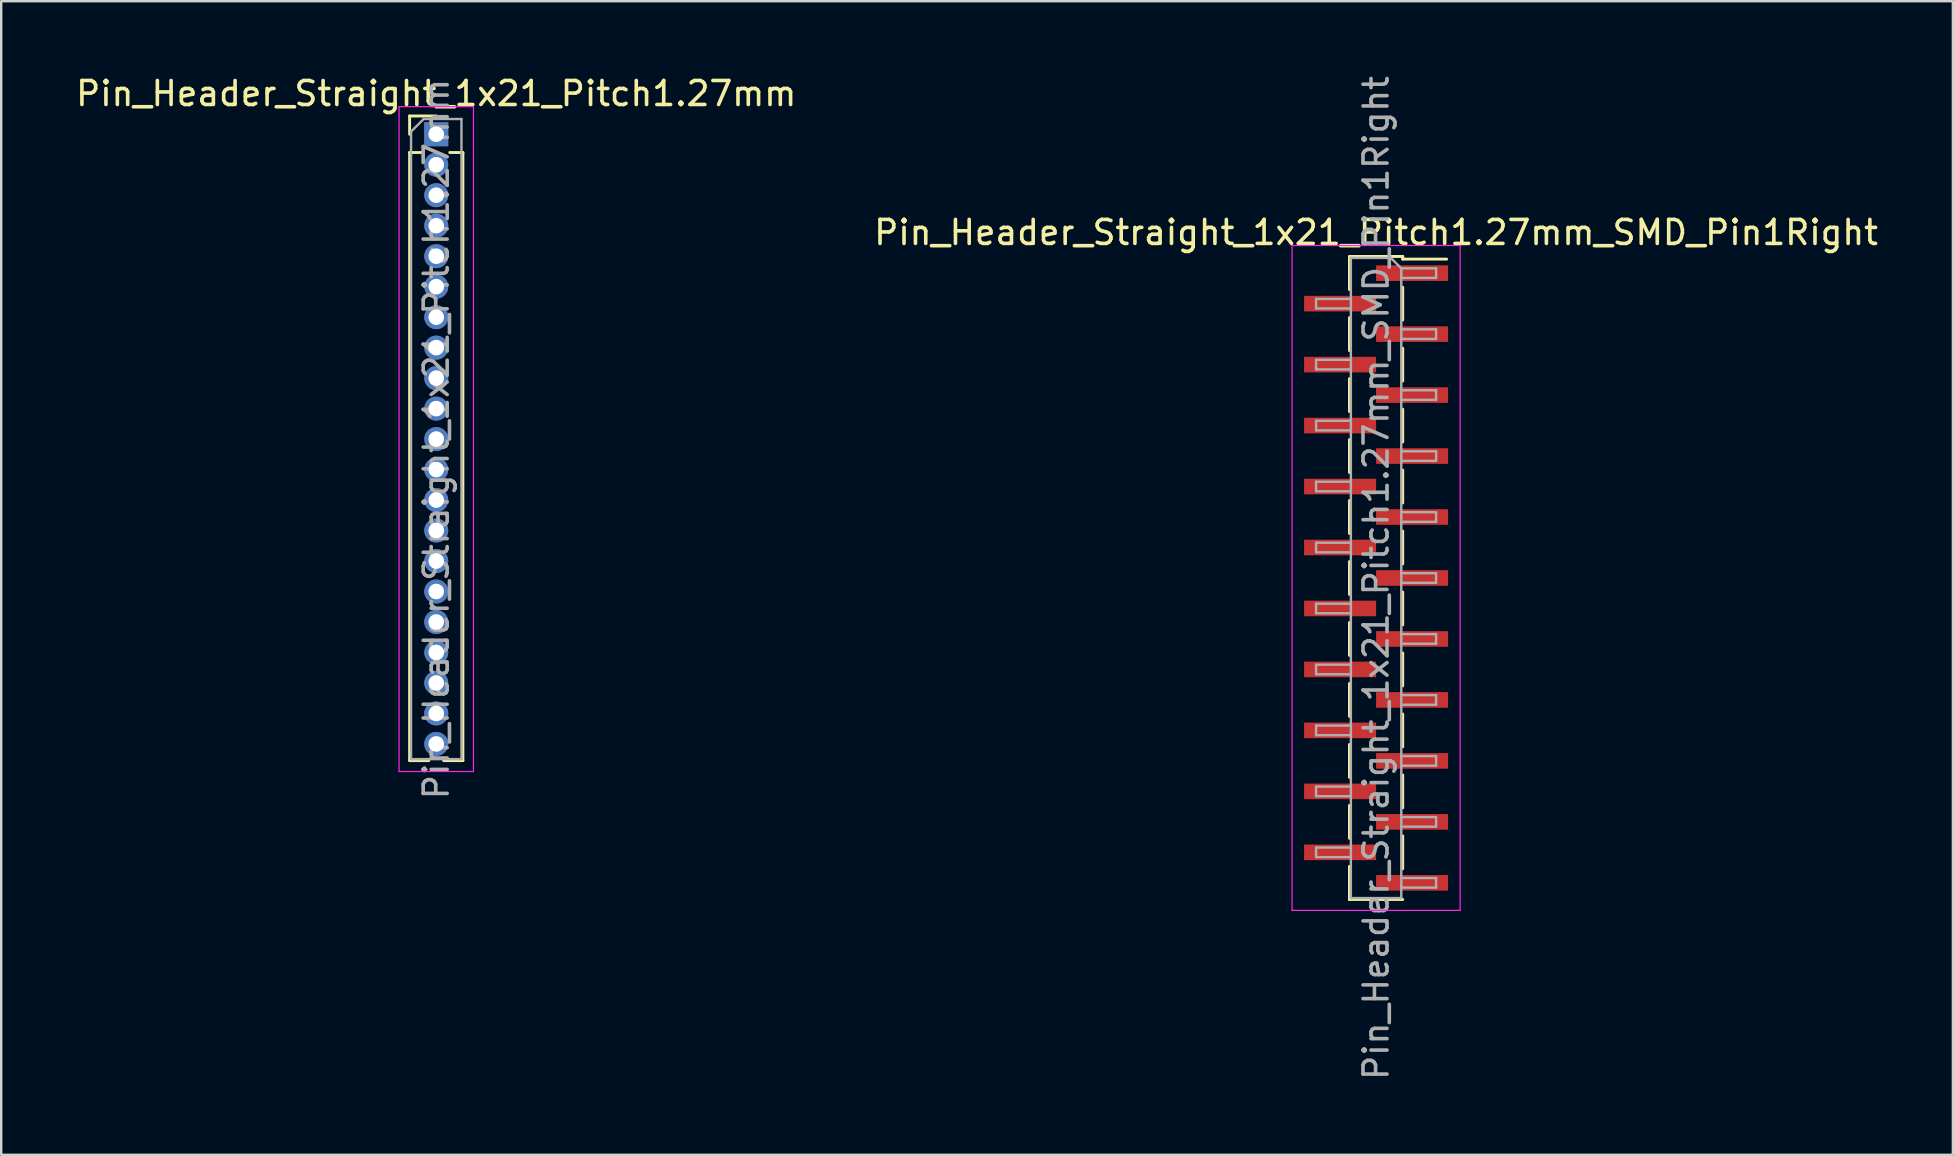
<source format=kicad_pcb>
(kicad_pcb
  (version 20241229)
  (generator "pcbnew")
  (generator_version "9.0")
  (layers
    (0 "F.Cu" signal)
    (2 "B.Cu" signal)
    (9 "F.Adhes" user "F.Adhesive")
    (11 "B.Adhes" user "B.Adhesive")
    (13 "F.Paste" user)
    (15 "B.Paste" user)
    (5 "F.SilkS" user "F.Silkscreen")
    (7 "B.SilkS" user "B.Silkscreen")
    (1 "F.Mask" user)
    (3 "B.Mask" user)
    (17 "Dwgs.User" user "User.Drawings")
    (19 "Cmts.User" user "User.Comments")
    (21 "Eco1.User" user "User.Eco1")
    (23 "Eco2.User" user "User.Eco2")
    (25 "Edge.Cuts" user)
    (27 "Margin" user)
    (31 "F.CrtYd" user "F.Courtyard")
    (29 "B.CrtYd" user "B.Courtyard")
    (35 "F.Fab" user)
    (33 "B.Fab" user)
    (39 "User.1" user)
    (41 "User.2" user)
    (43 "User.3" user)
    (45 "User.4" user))
  (footprint "Pin_Header_Straight_1x21_Pitch1.27mm"
    (layer "F.Cu")
    (at 15.125 2.543)
    (property "Reference" "Pin_Header_Straight_1x21_Pitch1.27mm" (at 0 -1.695 0) (layer "F.SilkS") (effects (font (size 1 1) (thickness 0.15))))
    (attr through_hole)
    (fp_line (start -1.11 -0.76) (end 0 -0.76) (stroke (width 0.12) (type solid)) (layer "F.SilkS"))
    (fp_line (start -1.11 0) (end -1.11 -0.76) (stroke (width 0.12) (type solid)) (layer "F.SilkS"))
    (fp_line (start -1.11 0.76) (end -1.11 26.095) (stroke (width 0.12) (type solid)) (layer "F.SilkS"))
    (fp_line (start -1.11 0.76) (end -0.563 0.76) (stroke (width 0.12) (type solid)) (layer "F.SilkS"))
    (fp_line (start -1.11 26.095) (end -0.308 26.095) (stroke (width 0.12) (type solid)) (layer "F.SilkS"))
    (fp_line (start 0.308 26.095) (end 1.11 26.095) (stroke (width 0.12) (type solid)) (layer "F.SilkS"))
    (fp_line (start 0.563 0.76) (end 1.11 0.76) (stroke (width 0.12) (type solid)) (layer "F.SilkS"))
    (fp_line (start 1.11 0.76) (end 1.11 26.095) (stroke (width 0.12) (type solid)) (layer "F.SilkS"))
    (fp_line (start -1.55 -1.15) (end -1.55 26.55) (stroke (width 0.05) (type solid)) (layer "F.CrtYd"))
    (fp_line (start -1.55 26.55) (end 1.55 26.55) (stroke (width 0.05) (type solid)) (layer "F.CrtYd"))
    (fp_line (start 1.55 -1.15) (end -1.55 -1.15) (stroke (width 0.05) (type solid)) (layer "F.CrtYd"))
    (fp_line (start 1.55 26.55) (end 1.55 -1.15) (stroke (width 0.05) (type solid)) (layer "F.CrtYd"))
    (fp_line (start -1.05 -0.11) (end -0.525 -0.635) (stroke (width 0.1) (type solid)) (layer "F.Fab"))
    (fp_line (start -1.05 26.035) (end -1.05 -0.11) (stroke (width 0.1) (type solid)) (layer "F.Fab"))
    (fp_line (start -0.525 -0.635) (end 1.05 -0.635) (stroke (width 0.1) (type solid)) (layer "F.Fab"))
    (fp_line (start 1.05 -0.635) (end 1.05 26.035) (stroke (width 0.1) (type solid)) (layer "F.Fab"))
    (fp_line (start 1.05 26.035) (end -1.05 26.035) (stroke (width 0.1) (type solid)) (layer "F.Fab"))
    (fp_text user "${REFERENCE}" (at 0 12.7 90) (layer "F.Fab") (effects (font (size 1 1) (thickness 0.15))))
    (pad "1" thru_hole rect (at 0 0) (size 1 1) (drill 0.65) (layers "*.Cu" "*.Mask"))
    (pad "2" thru_hole oval (at 0 1.27) (size 1 1) (drill 0.65) (layers "*.Cu" "*.Mask"))
    (pad "3" thru_hole oval (at 0 2.54) (size 1 1) (drill 0.65) (layers "*.Cu" "*.Mask"))
    (pad "4" thru_hole oval (at 0 3.81) (size 1 1) (drill 0.65) (layers "*.Cu" "*.Mask"))
    (pad "5" thru_hole oval (at 0 5.08) (size 1 1) (drill 0.65) (layers "*.Cu" "*.Mask"))
    (pad "6" thru_hole oval (at 0 6.35) (size 1 1) (drill 0.65) (layers "*.Cu" "*.Mask"))
    (pad "7" thru_hole oval (at 0 7.62) (size 1 1) (drill 0.65) (layers "*.Cu" "*.Mask"))
    (pad "8" thru_hole oval (at 0 8.89) (size 1 1) (drill 0.65) (layers "*.Cu" "*.Mask"))
    (pad "9" thru_hole oval (at 0 10.16) (size 1 1) (drill 0.65) (layers "*.Cu" "*.Mask"))
    (pad "10" thru_hole oval (at 0 11.43) (size 1 1) (drill 0.65) (layers "*.Cu" "*.Mask"))
    (pad "11" thru_hole oval (at 0 12.7) (size 1 1) (drill 0.65) (layers "*.Cu" "*.Mask"))
    (pad "12" thru_hole oval (at 0 13.97) (size 1 1) (drill 0.65) (layers "*.Cu" "*.Mask"))
    (pad "13" thru_hole oval (at 0 15.24) (size 1 1) (drill 0.65) (layers "*.Cu" "*.Mask"))
    (pad "14" thru_hole oval (at 0 16.51) (size 1 1) (drill 0.65) (layers "*.Cu" "*.Mask"))
    (pad "15" thru_hole oval (at 0 17.78) (size 1 1) (drill 0.65) (layers "*.Cu" "*.Mask"))
    (pad "16" thru_hole oval (at 0 19.05) (size 1 1) (drill 0.65) (layers "*.Cu" "*.Mask"))
    (pad "17" thru_hole oval (at 0 20.32) (size 1 1) (drill 0.65) (layers "*.Cu" "*.Mask"))
    (pad "18" thru_hole oval (at 0 21.59) (size 1 1) (drill 0.65) (layers "*.Cu" "*.Mask"))
    (pad "19" thru_hole oval (at 0 22.86) (size 1 1) (drill 0.65) (layers "*.Cu" "*.Mask"))
    (pad "20" thru_hole oval (at 0 24.13) (size 1 1) (drill 0.65) (layers "*.Cu" "*.Mask"))
    (pad "21" thru_hole oval (at 0 25.4) (size 1 1) (drill 0.65) (layers "*.Cu" "*.Mask")))
  (footprint "Pin_Header_Straight_1x21_Pitch1.27mm_SMD_Pin1Right"
    (layer "F.Cu")
    (at 54.28 21.03)
    (property "Reference" "Pin_Header_Straight_1x21_Pitch1.27mm_SMD_Pin1Right" (at 0 -14.395 0) (layer "F.SilkS") (effects (font (size 1 1) (thickness 0.15))))
    (attr smd)
    (fp_line (start -1.11 -13.395) (end 1.11 -13.395) (stroke (width 0.12) (type solid)) (layer "F.SilkS"))
    (fp_line (start -1.11 -13.385) (end -1.11 -12.015) (stroke (width 0.12) (type solid)) (layer "F.SilkS"))
    (fp_line (start -1.11 -10.845) (end -1.11 -9.475) (stroke (width 0.12) (type solid)) (layer "F.SilkS"))
    (fp_line (start -1.11 -8.305) (end -1.11 -6.935) (stroke (width 0.12) (type solid)) (layer "F.SilkS"))
    (fp_line (start -1.11 -5.765) (end -1.11 -4.395) (stroke (width 0.12) (type solid)) (layer "F.SilkS"))
    (fp_line (start -1.11 -3.225) (end -1.11 -1.855) (stroke (width 0.12) (type solid)) (layer "F.SilkS"))
    (fp_line (start -1.11 -0.685) (end -1.11 0.685) (stroke (width 0.12) (type solid)) (layer "F.SilkS"))
    (fp_line (start -1.11 1.855) (end -1.11 3.225) (stroke (width 0.12) (type solid)) (layer "F.SilkS"))
    (fp_line (start -1.11 4.395) (end -1.11 5.765) (stroke (width 0.12) (type solid)) (layer "F.SilkS"))
    (fp_line (start -1.11 6.935) (end -1.11 8.305) (stroke (width 0.12) (type solid)) (layer "F.SilkS"))
    (fp_line (start -1.11 9.475) (end -1.11 10.845) (stroke (width 0.12) (type solid)) (layer "F.SilkS"))
    (fp_line (start -1.11 12.015) (end -1.11 13.385) (stroke (width 0.12) (type solid)) (layer "F.SilkS"))
    (fp_line (start -1.11 13.285) (end -1.11 13.395) (stroke (width 0.12) (type solid)) (layer "F.SilkS"))
    (fp_line (start -1.11 13.395) (end 1.11 13.395) (stroke (width 0.12) (type solid)) (layer "F.SilkS"))
    (fp_line (start 1.11 -13.395) (end 1.11 -13.285) (stroke (width 0.12) (type solid)) (layer "F.SilkS"))
    (fp_line (start 1.11 -13.285) (end 2.94 -13.285) (stroke (width 0.12) (type solid)) (layer "F.SilkS"))
    (fp_line (start 1.11 -12.115) (end 1.11 -10.745) (stroke (width 0.12) (type solid)) (layer "F.SilkS"))
    (fp_line (start 1.11 -9.575) (end 1.11 -8.205) (stroke (width 0.12) (type solid)) (layer "F.SilkS"))
    (fp_line (start 1.11 -7.035) (end 1.11 -5.665) (stroke (width 0.12) (type solid)) (layer "F.SilkS"))
    (fp_line (start 1.11 -4.495) (end 1.11 -3.125) (stroke (width 0.12) (type solid)) (layer "F.SilkS"))
    (fp_line (start 1.11 -1.955) (end 1.11 -0.585) (stroke (width 0.12) (type solid)) (layer "F.SilkS"))
    (fp_line (start 1.11 0.585) (end 1.11 1.955) (stroke (width 0.12) (type solid)) (layer "F.SilkS"))
    (fp_line (start 1.11 3.125) (end 1.11 4.495) (stroke (width 0.12) (type solid)) (layer "F.SilkS"))
    (fp_line (start 1.11 5.665) (end 1.11 7.035) (stroke (width 0.12) (type solid)) (layer "F.SilkS"))
    (fp_line (start 1.11 8.205) (end 1.11 9.575) (stroke (width 0.12) (type solid)) (layer "F.SilkS"))
    (fp_line (start 1.11 10.745) (end 1.11 12.115) (stroke (width 0.12) (type solid)) (layer "F.SilkS"))
    (fp_line (start -3.5 -13.85) (end -3.5 13.85) (stroke (width 0.05) (type solid)) (layer "F.CrtYd"))
    (fp_line (start -3.5 13.85) (end 3.5 13.85) (stroke (width 0.05) (type solid)) (layer "F.CrtYd"))
    (fp_line (start 3.5 -13.85) (end -3.5 -13.85) (stroke (width 0.05) (type solid)) (layer "F.CrtYd"))
    (fp_line (start 3.5 13.85) (end 3.5 -13.85) (stroke (width 0.05) (type solid)) (layer "F.CrtYd"))
    (fp_line (start -2.5 -11.63) (end -2.5 -11.23) (stroke (width 0.1) (type solid)) (layer "F.Fab"))
    (fp_line (start -2.5 -11.23) (end -1.05 -11.23) (stroke (width 0.1) (type solid)) (layer "F.Fab"))
    (fp_line (start -2.5 -9.09) (end -2.5 -8.69) (stroke (width 0.1) (type solid)) (layer "F.Fab"))
    (fp_line (start -2.5 -8.69) (end -1.05 -8.69) (stroke (width 0.1) (type solid)) (layer "F.Fab"))
    (fp_line (start -2.5 -6.55) (end -2.5 -6.15) (stroke (width 0.1) (type solid)) (layer "F.Fab"))
    (fp_line (start -2.5 -6.15) (end -1.05 -6.15) (stroke (width 0.1) (type solid)) (layer "F.Fab"))
    (fp_line (start -2.5 -4.01) (end -2.5 -3.61) (stroke (width 0.1) (type solid)) (layer "F.Fab"))
    (fp_line (start -2.5 -3.61) (end -1.05 -3.61) (stroke (width 0.1) (type solid)) (layer "F.Fab"))
    (fp_line (start -2.5 -1.47) (end -2.5 -1.07) (stroke (width 0.1) (type solid)) (layer "F.Fab"))
    (fp_line (start -2.5 -1.07) (end -1.05 -1.07) (stroke (width 0.1) (type solid)) (layer "F.Fab"))
    (fp_line (start -2.5 1.07) (end -2.5 1.47) (stroke (width 0.1) (type solid)) (layer "F.Fab"))
    (fp_line (start -2.5 1.47) (end -1.05 1.47) (stroke (width 0.1) (type solid)) (layer "F.Fab"))
    (fp_line (start -2.5 3.61) (end -2.5 4.01) (stroke (width 0.1) (type solid)) (layer "F.Fab"))
    (fp_line (start -2.5 4.01) (end -1.05 4.01) (stroke (width 0.1) (type solid)) (layer "F.Fab"))
    (fp_line (start -2.5 6.15) (end -2.5 6.55) (stroke (width 0.1) (type solid)) (layer "F.Fab"))
    (fp_line (start -2.5 6.55) (end -1.05 6.55) (stroke (width 0.1) (type solid)) (layer "F.Fab"))
    (fp_line (start -2.5 8.69) (end -2.5 9.09) (stroke (width 0.1) (type solid)) (layer "F.Fab"))
    (fp_line (start -2.5 9.09) (end -1.05 9.09) (stroke (width 0.1) (type solid)) (layer "F.Fab"))
    (fp_line (start -2.5 11.23) (end -2.5 11.63) (stroke (width 0.1) (type solid)) (layer "F.Fab"))
    (fp_line (start -2.5 11.63) (end -1.05 11.63) (stroke (width 0.1) (type solid)) (layer "F.Fab"))
    (fp_line (start -1.05 -13.335) (end -1.05 13.335) (stroke (width 0.1) (type solid)) (layer "F.Fab"))
    (fp_line (start -1.05 -13.335) (end 0.615 -13.335) (stroke (width 0.1) (type solid)) (layer "F.Fab"))
    (fp_line (start -1.05 -11.63) (end -2.5 -11.63) (stroke (width 0.1) (type solid)) (layer "F.Fab"))
    (fp_line (start -1.05 -9.09) (end -2.5 -9.09) (stroke (width 0.1) (type solid)) (layer "F.Fab"))
    (fp_line (start -1.05 -6.55) (end -2.5 -6.55) (stroke (width 0.1) (type solid)) (layer "F.Fab"))
    (fp_line (start -1.05 -4.01) (end -2.5 -4.01) (stroke (width 0.1) (type solid)) (layer "F.Fab"))
    (fp_line (start -1.05 -1.47) (end -2.5 -1.47) (stroke (width 0.1) (type solid)) (layer "F.Fab"))
    (fp_line (start -1.05 1.07) (end -2.5 1.07) (stroke (width 0.1) (type solid)) (layer "F.Fab"))
    (fp_line (start -1.05 3.61) (end -2.5 3.61) (stroke (width 0.1) (type solid)) (layer "F.Fab"))
    (fp_line (start -1.05 6.15) (end -2.5 6.15) (stroke (width 0.1) (type solid)) (layer "F.Fab"))
    (fp_line (start -1.05 8.69) (end -2.5 8.69) (stroke (width 0.1) (type solid)) (layer "F.Fab"))
    (fp_line (start -1.05 11.23) (end -2.5 11.23) (stroke (width 0.1) (type solid)) (layer "F.Fab"))
    (fp_line (start 1.05 -12.9) (end 0.615 -13.335) (stroke (width 0.1) (type solid)) (layer "F.Fab"))
    (fp_line (start 1.05 -12.9) (end 2.5 -12.9) (stroke (width 0.1) (type solid)) (layer "F.Fab"))
    (fp_line (start 1.05 -10.36) (end 2.5 -10.36) (stroke (width 0.1) (type solid)) (layer "F.Fab"))
    (fp_line (start 1.05 -7.82) (end 2.5 -7.82) (stroke (width 0.1) (type solid)) (layer "F.Fab"))
    (fp_line (start 1.05 -5.28) (end 2.5 -5.28) (stroke (width 0.1) (type solid)) (layer "F.Fab"))
    (fp_line (start 1.05 -2.74) (end 2.5 -2.74) (stroke (width 0.1) (type solid)) (layer "F.Fab"))
    (fp_line (start 1.05 -0.2) (end 2.5 -0.2) (stroke (width 0.1) (type solid)) (layer "F.Fab"))
    (fp_line (start 1.05 2.34) (end 2.5 2.34) (stroke (width 0.1) (type solid)) (layer "F.Fab"))
    (fp_line (start 1.05 4.88) (end 2.5 4.88) (stroke (width 0.1) (type solid)) (layer "F.Fab"))
    (fp_line (start 1.05 7.42) (end 2.5 7.42) (stroke (width 0.1) (type solid)) (layer "F.Fab"))
    (fp_line (start 1.05 9.96) (end 2.5 9.96) (stroke (width 0.1) (type solid)) (layer "F.Fab"))
    (fp_line (start 1.05 12.5) (end 2.5 12.5) (stroke (width 0.1) (type solid)) (layer "F.Fab"))
    (fp_line (start 1.05 13.335) (end -1.05 13.335) (stroke (width 0.1) (type solid)) (layer "F.Fab"))
    (fp_line (start 1.05 13.335) (end 1.05 -12.9) (stroke (width 0.1) (type solid)) (layer "F.Fab"))
    (fp_line (start 2.5 -12.9) (end 2.5 -12.5) (stroke (width 0.1) (type solid)) (layer "F.Fab"))
    (fp_line (start 2.5 -12.5) (end 1.05 -12.5) (stroke (width 0.1) (type solid)) (layer "F.Fab"))
    (fp_line (start 2.5 -10.36) (end 2.5 -9.96) (stroke (width 0.1) (type solid)) (layer "F.Fab"))
    (fp_line (start 2.5 -9.96) (end 1.05 -9.96) (stroke (width 0.1) (type solid)) (layer "F.Fab"))
    (fp_line (start 2.5 -7.82) (end 2.5 -7.42) (stroke (width 0.1) (type solid)) (layer "F.Fab"))
    (fp_line (start 2.5 -7.42) (end 1.05 -7.42) (stroke (width 0.1) (type solid)) (layer "F.Fab"))
    (fp_line (start 2.5 -5.28) (end 2.5 -4.88) (stroke (width 0.1) (type solid)) (layer "F.Fab"))
    (fp_line (start 2.5 -4.88) (end 1.05 -4.88) (stroke (width 0.1) (type solid)) (layer "F.Fab"))
    (fp_line (start 2.5 -2.74) (end 2.5 -2.34) (stroke (width 0.1) (type solid)) (layer "F.Fab"))
    (fp_line (start 2.5 -2.34) (end 1.05 -2.34) (stroke (width 0.1) (type solid)) (layer "F.Fab"))
    (fp_line (start 2.5 -0.2) (end 2.5 0.2) (stroke (width 0.1) (type solid)) (layer "F.Fab"))
    (fp_line (start 2.5 0.2) (end 1.05 0.2) (stroke (width 0.1) (type solid)) (layer "F.Fab"))
    (fp_line (start 2.5 2.34) (end 2.5 2.74) (stroke (width 0.1) (type solid)) (layer "F.Fab"))
    (fp_line (start 2.5 2.74) (end 1.05 2.74) (stroke (width 0.1) (type solid)) (layer "F.Fab"))
    (fp_line (start 2.5 4.88) (end 2.5 5.28) (stroke (width 0.1) (type solid)) (layer "F.Fab"))
    (fp_line (start 2.5 5.28) (end 1.05 5.28) (stroke (width 0.1) (type solid)) (layer "F.Fab"))
    (fp_line (start 2.5 7.42) (end 2.5 7.82) (stroke (width 0.1) (type solid)) (layer "F.Fab"))
    (fp_line (start 2.5 7.82) (end 1.05 7.82) (stroke (width 0.1) (type solid)) (layer "F.Fab"))
    (fp_line (start 2.5 9.96) (end 2.5 10.36) (stroke (width 0.1) (type solid)) (layer "F.Fab"))
    (fp_line (start 2.5 10.36) (end 1.05 10.36) (stroke (width 0.1) (type solid)) (layer "F.Fab"))
    (fp_line (start 2.5 12.5) (end 2.5 12.9) (stroke (width 0.1) (type solid)) (layer "F.Fab"))
    (fp_line (start 2.5 12.9) (end 1.05 12.9) (stroke (width 0.1) (type solid)) (layer "F.Fab"))
    (fp_text user "${REFERENCE}" (at 0 0 90) (layer "F.Fab") (effects (font (size 1 1) (thickness 0.15))))
    (pad "1" smd rect (at 1.5 -12.7) (size 3 0.65) (layers "F.Cu" "F.Mask" "F.Paste"))
    (pad "2" smd rect (at -1.5 -11.43) (size 3 0.65) (layers "F.Cu" "F.Mask" "F.Paste"))
    (pad "3" smd rect (at 1.5 -10.16) (size 3 0.65) (layers "F.Cu" "F.Mask" "F.Paste"))
    (pad "4" smd rect (at -1.5 -8.89) (size 3 0.65) (layers "F.Cu" "F.Mask" "F.Paste"))
    (pad "5" smd rect (at 1.5 -7.62) (size 3 0.65) (layers "F.Cu" "F.Mask" "F.Paste"))
    (pad "6" smd rect (at -1.5 -6.35) (size 3 0.65) (layers "F.Cu" "F.Mask" "F.Paste"))
    (pad "7" smd rect (at 1.5 -5.08) (size 3 0.65) (layers "F.Cu" "F.Mask" "F.Paste"))
    (pad "8" smd rect (at -1.5 -3.81) (size 3 0.65) (layers "F.Cu" "F.Mask" "F.Paste"))
    (pad "9" smd rect (at 1.5 -2.54) (size 3 0.65) (layers "F.Cu" "F.Mask" "F.Paste"))
    (pad "10" smd rect (at -1.5 -1.27) (size 3 0.65) (layers "F.Cu" "F.Mask" "F.Paste"))
    (pad "11" smd rect (at 1.5 0) (size 3 0.65) (layers "F.Cu" "F.Mask" "F.Paste"))
    (pad "12" smd rect (at -1.5 1.27) (size 3 0.65) (layers "F.Cu" "F.Mask" "F.Paste"))
    (pad "13" smd rect (at 1.5 2.54) (size 3 0.65) (layers "F.Cu" "F.Mask" "F.Paste"))
    (pad "14" smd rect (at -1.5 3.81) (size 3 0.65) (layers "F.Cu" "F.Mask" "F.Paste"))
    (pad "15" smd rect (at 1.5 5.08) (size 3 0.65) (layers "F.Cu" "F.Mask" "F.Paste"))
    (pad "16" smd rect (at -1.5 6.35) (size 3 0.65) (layers "F.Cu" "F.Mask" "F.Paste"))
    (pad "17" smd rect (at 1.5 7.62) (size 3 0.65) (layers "F.Cu" "F.Mask" "F.Paste"))
    (pad "18" smd rect (at -1.5 8.89) (size 3 0.65) (layers "F.Cu" "F.Mask" "F.Paste"))
    (pad "19" smd rect (at 1.5 10.16) (size 3 0.65) (layers "F.Cu" "F.Mask" "F.Paste"))
    (pad "20" smd rect (at -1.5 11.43) (size 3 0.65) (layers "F.Cu" "F.Mask" "F.Paste"))
    (pad "21" smd rect (at 1.5 12.7) (size 3 0.65) (layers "F.Cu" "F.Mask" "F.Paste")))
  (gr_rect
    (start -3 -3)
    (end 78.31 45.06)
    (stroke (width 0.1) (type default))
    (fill no)
    (layer "Edge.Cuts")))
</source>
